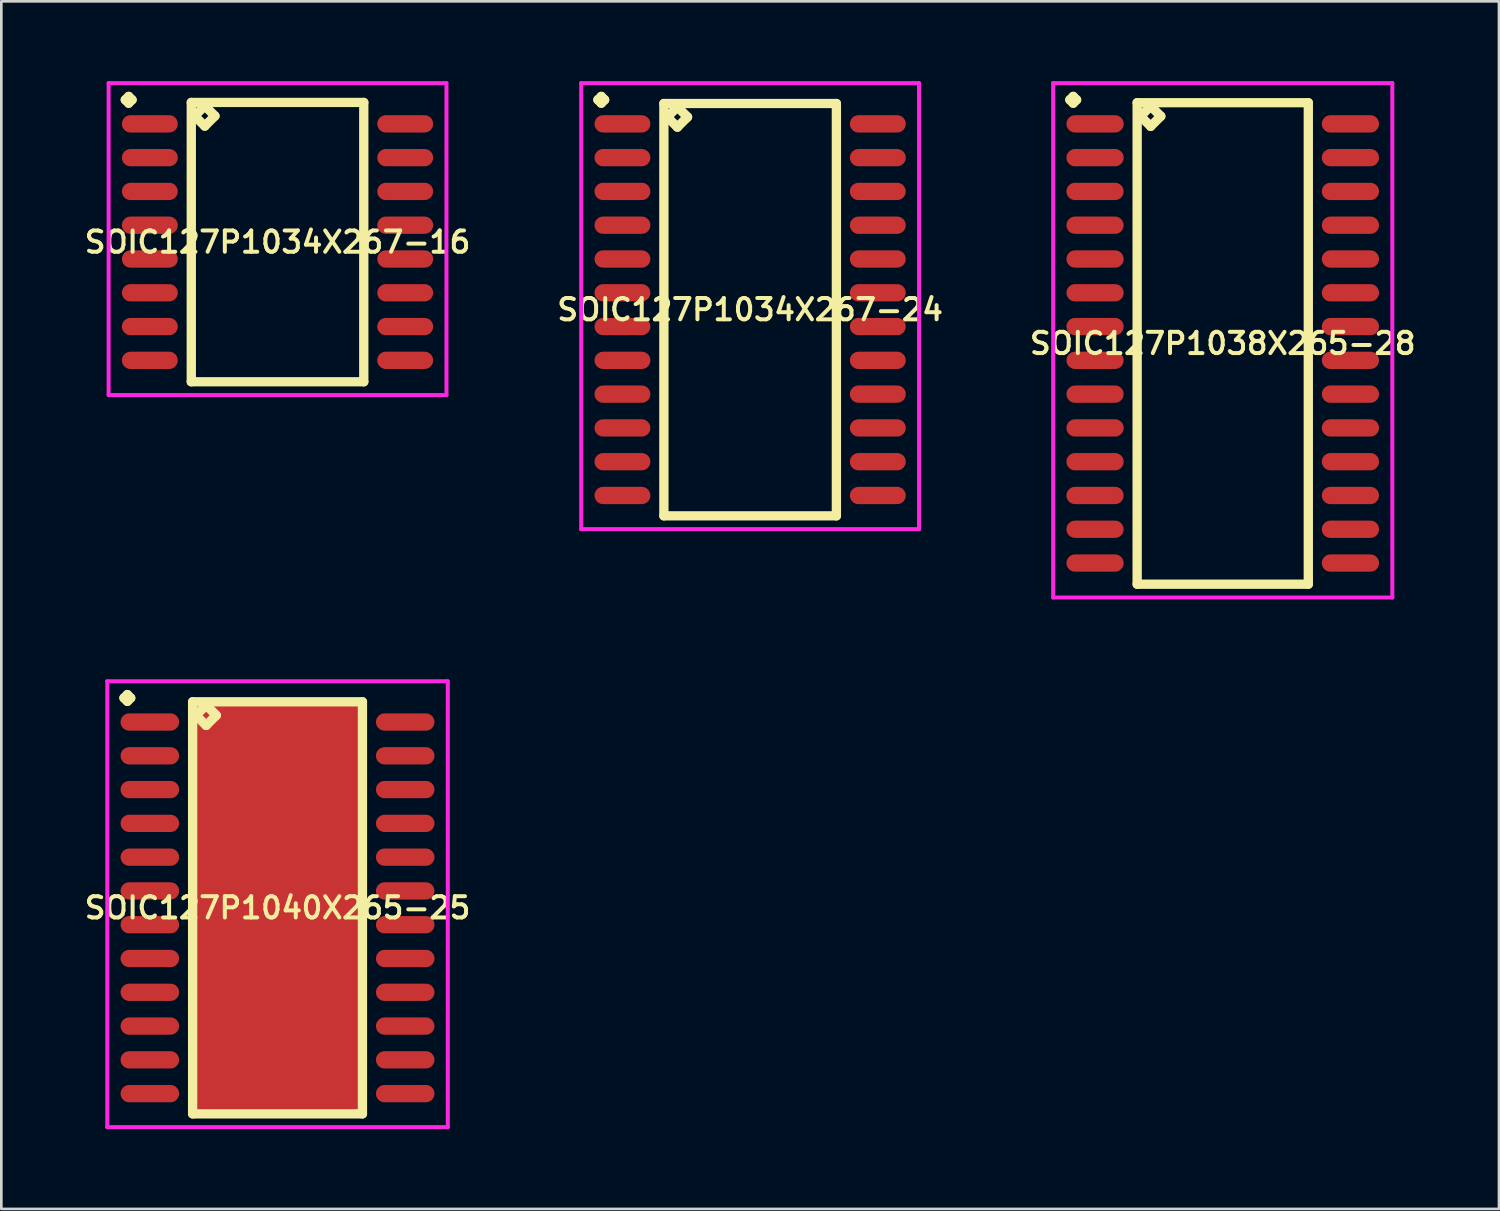
<source format=kicad_pcb>
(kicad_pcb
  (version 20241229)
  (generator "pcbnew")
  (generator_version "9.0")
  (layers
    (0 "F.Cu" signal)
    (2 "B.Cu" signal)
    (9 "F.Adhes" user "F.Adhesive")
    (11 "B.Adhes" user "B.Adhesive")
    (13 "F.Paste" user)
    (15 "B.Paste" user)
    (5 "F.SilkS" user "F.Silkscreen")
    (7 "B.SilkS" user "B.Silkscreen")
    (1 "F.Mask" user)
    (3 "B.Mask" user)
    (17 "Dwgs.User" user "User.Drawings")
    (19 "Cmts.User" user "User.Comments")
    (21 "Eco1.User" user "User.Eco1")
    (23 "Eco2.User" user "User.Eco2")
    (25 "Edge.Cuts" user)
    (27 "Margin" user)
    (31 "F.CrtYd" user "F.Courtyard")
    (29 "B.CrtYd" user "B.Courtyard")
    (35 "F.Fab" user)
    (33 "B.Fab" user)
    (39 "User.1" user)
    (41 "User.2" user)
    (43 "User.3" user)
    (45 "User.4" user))
  (footprint "SOIC127P1034X267-16"
    (layer "F.Cu")
    (at 7.383 6.051)
    (property "Reference" "SOIC127P1034X267-16" (at 0 0 0) (layer "F.SilkS") (effects (font (size 0.8 0.8) (thickness 0.15))))
    (attr smd)
    (fp_line (start -5.723 -5.349) (end -5.596 -5.476) (stroke (width 0.35) (type solid)) (layer "F.SilkS"))
    (fp_line (start -5.596 -5.476) (end -5.469 -5.349) (stroke (width 0.35) (type solid)) (layer "F.SilkS"))
    (fp_line (start -5.596 -5.222) (end -5.723 -5.349) (stroke (width 0.35) (type solid)) (layer "F.SilkS"))
    (fp_line (start -5.469 -5.349) (end -5.596 -5.222) (stroke (width 0.35) (type solid)) (layer "F.SilkS"))
    (fp_line (start -3.242 -5.25) (end -3.242 5.25) (stroke (width 0.35) (type solid)) (layer "F.SilkS"))
    (fp_line (start -3.242 5.25) (end 3.242 5.25) (stroke (width 0.35) (type solid)) (layer "F.SilkS"))
    (fp_line (start -3.115 -4.742) (end -2.734 -5.123) (stroke (width 0.35) (type solid)) (layer "F.SilkS"))
    (fp_line (start -2.734 -5.123) (end -2.353 -4.742) (stroke (width 0.35) (type solid)) (layer "F.SilkS"))
    (fp_line (start -2.734 -4.361) (end -3.115 -4.742) (stroke (width 0.35) (type solid)) (layer "F.SilkS"))
    (fp_line (start -2.353 -4.742) (end -2.734 -4.361) (stroke (width 0.35) (type solid)) (layer "F.SilkS"))
    (fp_line (start 3.242 -5.25) (end -3.242 -5.25) (stroke (width 0.35) (type solid)) (layer "F.SilkS"))
    (fp_line (start 3.242 5.25) (end 3.242 -5.25) (stroke (width 0.35) (type solid)) (layer "F.SilkS"))
    (fp_line (start -6.35 -5.976) (end 6.35 -5.976) (stroke (width 0.15) (type solid)) (layer "F.CrtYd"))
    (fp_line (start -6.35 5.75) (end -6.35 -5.976) (stroke (width 0.15) (type solid)) (layer "F.CrtYd"))
    (fp_line (start 6.35 -5.976) (end 6.35 5.75) (stroke (width 0.15) (type solid)) (layer "F.CrtYd"))
    (fp_line (start 6.35 5.75) (end -6.35 5.75) (stroke (width 0.15) (type solid)) (layer "F.CrtYd"))
    (pad "1" smd oval (at -4.8 -4.445) (size 2.1 0.65) (layers "F.Cu" "F.Mask" "F.Paste"))
    (pad "2" smd oval (at -4.8 -3.175) (size 2.1 0.65) (layers "F.Cu" "F.Mask" "F.Paste"))
    (pad "3" smd oval (at -4.8 -1.905) (size 2.1 0.65) (layers "F.Cu" "F.Mask" "F.Paste"))
    (pad "4" smd oval (at -4.8 -0.635) (size 2.1 0.65) (layers "F.Cu" "F.Mask" "F.Paste"))
    (pad "5" smd oval (at -4.8 0.635) (size 2.1 0.65) (layers "F.Cu" "F.Mask" "F.Paste"))
    (pad "6" smd oval (at -4.8 1.905) (size 2.1 0.65) (layers "F.Cu" "F.Mask" "F.Paste"))
    (pad "7" smd oval (at -4.8 3.175) (size 2.1 0.65) (layers "F.Cu" "F.Mask" "F.Paste"))
    (pad "8" smd oval (at -4.8 4.445) (size 2.1 0.65) (layers "F.Cu" "F.Mask" "F.Paste"))
    (pad "9" smd oval (at 4.8 4.445) (size 2.1 0.65) (layers "F.Cu" "F.Mask" "F.Paste"))
    (pad "10" smd oval (at 4.8 3.175) (size 2.1 0.65) (layers "F.Cu" "F.Mask" "F.Paste"))
    (pad "11" smd oval (at 4.8 1.905) (size 2.1 0.65) (layers "F.Cu" "F.Mask" "F.Paste"))
    (pad "12" smd oval (at 4.8 0.635) (size 2.1 0.65) (layers "F.Cu" "F.Mask" "F.Paste"))
    (pad "13" smd oval (at 4.8 -0.635) (size 2.1 0.65) (layers "F.Cu" "F.Mask" "F.Paste"))
    (pad "14" smd oval (at 4.8 -1.905) (size 2.1 0.65) (layers "F.Cu" "F.Mask" "F.Paste"))
    (pad "15" smd oval (at 4.8 -3.175) (size 2.1 0.65) (layers "F.Cu" "F.Mask" "F.Paste"))
    (pad "16" smd oval (at 4.8 -4.445) (size 2.1 0.65) (layers "F.Cu" "F.Mask" "F.Paste")))
  (footprint "SOIC127P1040X265-25"
    (layer "F.Cu")
    (at 7.383 31.077)
    (property "Reference" "SOIC127P1040X265-25" (at 0 0 0) (layer "F.SilkS") (effects (font (size 0.8 0.8) (thickness 0.15))))
    (attr through_hole)
    (fp_line (start -5.773 -7.889) (end -5.646 -8.016) (stroke (width 0.35) (type solid)) (layer "F.SilkS"))
    (fp_line (start -5.646 -8.016) (end -5.519 -7.889) (stroke (width 0.35) (type solid)) (layer "F.SilkS"))
    (fp_line (start -5.646 -7.762) (end -5.773 -7.889) (stroke (width 0.35) (type solid)) (layer "F.SilkS"))
    (fp_line (start -5.519 -7.889) (end -5.646 -7.762) (stroke (width 0.35) (type solid)) (layer "F.SilkS"))
    (fp_line (start -3.192 -7.745) (end -3.192 7.745) (stroke (width 0.35) (type solid)) (layer "F.SilkS"))
    (fp_line (start -3.192 7.745) (end 3.192 7.745) (stroke (width 0.35) (type solid)) (layer "F.SilkS"))
    (fp_line (start -3.065 -7.237) (end -2.684 -7.618) (stroke (width 0.35) (type solid)) (layer "F.SilkS"))
    (fp_line (start -2.684 -7.618) (end -2.303 -7.237) (stroke (width 0.35) (type solid)) (layer "F.SilkS"))
    (fp_line (start -2.684 -6.856) (end -3.065 -7.237) (stroke (width 0.35) (type solid)) (layer "F.SilkS"))
    (fp_line (start -2.303 -7.237) (end -2.684 -6.856) (stroke (width 0.35) (type solid)) (layer "F.SilkS"))
    (fp_line (start 3.192 -7.745) (end -3.192 -7.745) (stroke (width 0.35) (type solid)) (layer "F.SilkS"))
    (fp_line (start 3.192 7.745) (end 3.192 -7.745) (stroke (width 0.35) (type solid)) (layer "F.SilkS"))
    (fp_line (start -6.4 -8.516) (end 6.4 -8.516) (stroke (width 0.15) (type solid)) (layer "F.CrtYd"))
    (fp_line (start -6.4 8.245) (end -6.4 -8.516) (stroke (width 0.15) (type solid)) (layer "F.CrtYd"))
    (fp_line (start 6.4 -8.516) (end 6.4 8.245) (stroke (width 0.15) (type solid)) (layer "F.CrtYd"))
    (fp_line (start 6.4 8.245) (end -6.4 8.245) (stroke (width 0.15) (type solid)) (layer "F.CrtYd"))
    (pad "1" smd oval (at -4.8 -6.985) (size 2.2 0.65) (layers "F.Cu" "F.Mask" "F.Paste"))
    (pad "2" smd oval (at -4.8 -5.715) (size 2.2 0.65) (layers "F.Cu" "F.Mask" "F.Paste"))
    (pad "3" smd oval (at -4.8 -4.445) (size 2.2 0.65) (layers "F.Cu" "F.Mask" "F.Paste"))
    (pad "4" smd oval (at -4.8 -3.175) (size 2.2 0.65) (layers "F.Cu" "F.Mask" "F.Paste"))
    (pad "5" smd oval (at -4.8 -1.905) (size 2.2 0.65) (layers "F.Cu" "F.Mask" "F.Paste"))
    (pad "6" smd oval (at -4.8 -0.635) (size 2.2 0.65) (layers "F.Cu" "F.Mask" "F.Paste"))
    (pad "7" smd oval (at -4.8 0.635) (size 2.2 0.65) (layers "F.Cu" "F.Mask" "F.Paste"))
    (pad "8" smd oval (at -4.8 1.905) (size 2.2 0.65) (layers "F.Cu" "F.Mask" "F.Paste"))
    (pad "9" smd oval (at -4.8 3.175) (size 2.2 0.65) (layers "F.Cu" "F.Mask" "F.Paste"))
    (pad "10" smd oval (at -4.8 4.445) (size 2.2 0.65) (layers "F.Cu" "F.Mask" "F.Paste"))
    (pad "11" smd oval (at -4.8 5.715) (size 2.2 0.65) (layers "F.Cu" "F.Mask" "F.Paste"))
    (pad "12" smd oval (at -4.8 6.985) (size 2.2 0.65) (layers "F.Cu" "F.Mask" "F.Paste"))
    (pad "13" smd oval (at 4.8 6.985) (size 2.2 0.65) (layers "F.Cu" "F.Mask" "F.Paste"))
    (pad "14" smd oval (at 4.8 5.715) (size 2.2 0.65) (layers "F.Cu" "F.Mask" "F.Paste"))
    (pad "15" smd oval (at 4.8 4.445) (size 2.2 0.65) (layers "F.Cu" "F.Mask" "F.Paste"))
    (pad "16" smd oval (at 4.8 3.175) (size 2.2 0.65) (layers "F.Cu" "F.Mask" "F.Paste"))
    (pad "17" smd oval (at 4.8 1.905) (size 2.2 0.65) (layers "F.Cu" "F.Mask" "F.Paste"))
    (pad "18" smd oval (at 4.8 0.635) (size 2.2 0.65) (layers "F.Cu" "F.Mask" "F.Paste"))
    (pad "19" smd oval (at 4.8 -0.635) (size 2.2 0.65) (layers "F.Cu" "F.Mask" "F.Paste"))
    (pad "20" smd oval (at 4.8 -1.905) (size 2.2 0.65) (layers "F.Cu" "F.Mask" "F.Paste"))
    (pad "21" smd oval (at 4.8 -3.175) (size 2.2 0.65) (layers "F.Cu" "F.Mask" "F.Paste"))
    (pad "22" smd oval (at 4.8 -4.445) (size 2.2 0.65) (layers "F.Cu" "F.Mask" "F.Paste"))
    (pad "23" smd oval (at 4.8 -5.715) (size 2.2 0.65) (layers "F.Cu" "F.Mask" "F.Paste"))
    (pad "24" smd oval (at 4.8 -6.985) (size 2.2 0.65) (layers "F.Cu" "F.Mask" "F.Paste"))
    (pad "25" smd rect (at 0 0) (size 6.2 15.45) (layers "F.Cu" "F.Mask" "F.Paste")))
  (footprint "SOIC127P1038X265-28"
    (layer "F.Cu")
    (at 42.915 9.861)
    (property "Reference" "SOIC127P1038X265-28" (at 0 0 0) (layer "F.SilkS") (effects (font (size 0.8 0.8) (thickness 0.15))))
    (attr smd)
    (fp_line (start -5.748 -9.159) (end -5.621 -9.286) (stroke (width 0.35) (type solid)) (layer "F.SilkS"))
    (fp_line (start -5.621 -9.286) (end -5.494 -9.159) (stroke (width 0.35) (type solid)) (layer "F.SilkS"))
    (fp_line (start -5.621 -9.032) (end -5.748 -9.159) (stroke (width 0.35) (type solid)) (layer "F.SilkS"))
    (fp_line (start -5.494 -9.159) (end -5.621 -9.032) (stroke (width 0.35) (type solid)) (layer "F.SilkS"))
    (fp_line (start -3.217 -9.05) (end -3.217 9.05) (stroke (width 0.35) (type solid)) (layer "F.SilkS"))
    (fp_line (start -3.217 9.05) (end 3.217 9.05) (stroke (width 0.35) (type solid)) (layer "F.SilkS"))
    (fp_line (start -3.09 -8.542) (end -2.709 -8.923) (stroke (width 0.35) (type solid)) (layer "F.SilkS"))
    (fp_line (start -2.709 -8.923) (end -2.328 -8.542) (stroke (width 0.35) (type solid)) (layer "F.SilkS"))
    (fp_line (start -2.709 -8.161) (end -3.09 -8.542) (stroke (width 0.35) (type solid)) (layer "F.SilkS"))
    (fp_line (start -2.328 -8.542) (end -2.709 -8.161) (stroke (width 0.35) (type solid)) (layer "F.SilkS"))
    (fp_line (start 3.217 -9.05) (end -3.217 -9.05) (stroke (width 0.35) (type solid)) (layer "F.SilkS"))
    (fp_line (start 3.217 9.05) (end 3.217 -9.05) (stroke (width 0.35) (type solid)) (layer "F.SilkS"))
    (fp_line (start -6.375 -9.786) (end 6.375 -9.786) (stroke (width 0.15) (type solid)) (layer "F.CrtYd"))
    (fp_line (start -6.375 9.55) (end -6.375 -9.786) (stroke (width 0.15) (type solid)) (layer "F.CrtYd"))
    (fp_line (start 6.375 -9.786) (end 6.375 9.55) (stroke (width 0.15) (type solid)) (layer "F.CrtYd"))
    (fp_line (start 6.375 9.55) (end -6.375 9.55) (stroke (width 0.15) (type solid)) (layer "F.CrtYd"))
    (pad "1" smd oval (at -4.8 -8.255) (size 2.15 0.65) (layers "F.Cu" "F.Mask" "F.Paste"))
    (pad "2" smd oval (at -4.8 -6.985) (size 2.15 0.65) (layers "F.Cu" "F.Mask" "F.Paste"))
    (pad "3" smd oval (at -4.8 -5.715) (size 2.15 0.65) (layers "F.Cu" "F.Mask" "F.Paste"))
    (pad "4" smd oval (at -4.8 -4.445) (size 2.15 0.65) (layers "F.Cu" "F.Mask" "F.Paste"))
    (pad "5" smd oval (at -4.8 -3.175) (size 2.15 0.65) (layers "F.Cu" "F.Mask" "F.Paste"))
    (pad "6" smd oval (at -4.8 -1.905) (size 2.15 0.65) (layers "F.Cu" "F.Mask" "F.Paste"))
    (pad "7" smd oval (at -4.8 -0.635) (size 2.15 0.65) (layers "F.Cu" "F.Mask" "F.Paste"))
    (pad "8" smd oval (at -4.8 0.635) (size 2.15 0.65) (layers "F.Cu" "F.Mask" "F.Paste"))
    (pad "9" smd oval (at -4.8 1.905) (size 2.15 0.65) (layers "F.Cu" "F.Mask" "F.Paste"))
    (pad "10" smd oval (at -4.8 3.175) (size 2.15 0.65) (layers "F.Cu" "F.Mask" "F.Paste"))
    (pad "11" smd oval (at -4.8 4.445) (size 2.15 0.65) (layers "F.Cu" "F.Mask" "F.Paste"))
    (pad "12" smd oval (at -4.8 5.715) (size 2.15 0.65) (layers "F.Cu" "F.Mask" "F.Paste"))
    (pad "13" smd oval (at -4.8 6.985) (size 2.15 0.65) (layers "F.Cu" "F.Mask" "F.Paste"))
    (pad "14" smd oval (at -4.8 8.255) (size 2.15 0.65) (layers "F.Cu" "F.Mask" "F.Paste"))
    (pad "15" smd oval (at 4.8 8.255) (size 2.15 0.65) (layers "F.Cu" "F.Mask" "F.Paste"))
    (pad "16" smd oval (at 4.8 6.985) (size 2.15 0.65) (layers "F.Cu" "F.Mask" "F.Paste"))
    (pad "17" smd oval (at 4.8 5.715) (size 2.15 0.65) (layers "F.Cu" "F.Mask" "F.Paste"))
    (pad "18" smd oval (at 4.8 4.445) (size 2.15 0.65) (layers "F.Cu" "F.Mask" "F.Paste"))
    (pad "19" smd oval (at 4.8 3.175) (size 2.15 0.65) (layers "F.Cu" "F.Mask" "F.Paste"))
    (pad "20" smd oval (at 4.8 1.905) (size 2.15 0.65) (layers "F.Cu" "F.Mask" "F.Paste"))
    (pad "21" smd oval (at 4.8 0.635) (size 2.15 0.65) (layers "F.Cu" "F.Mask" "F.Paste"))
    (pad "22" smd oval (at 4.8 -0.635) (size 2.15 0.65) (layers "F.Cu" "F.Mask" "F.Paste"))
    (pad "23" smd oval (at 4.8 -1.905) (size 2.15 0.65) (layers "F.Cu" "F.Mask" "F.Paste"))
    (pad "24" smd oval (at 4.8 -3.175) (size 2.15 0.65) (layers "F.Cu" "F.Mask" "F.Paste"))
    (pad "25" smd oval (at 4.8 -4.445) (size 2.15 0.65) (layers "F.Cu" "F.Mask" "F.Paste"))
    (pad "26" smd oval (at 4.8 -5.715) (size 2.15 0.65) (layers "F.Cu" "F.Mask" "F.Paste"))
    (pad "27" smd oval (at 4.8 -6.985) (size 2.15 0.65) (layers "F.Cu" "F.Mask" "F.Paste"))
    (pad "28" smd oval (at 4.8 -8.255) (size 2.15 0.65) (layers "F.Cu" "F.Mask" "F.Paste")))
  (footprint "SOIC127P1034X267-24"
    (layer "F.Cu")
    (at 25.149 8.591)
    (property "Reference" "SOIC127P1034X267-24" (at 0 0 0) (layer "F.SilkS") (effects (font (size 0.8 0.8) (thickness 0.15))))
    (attr through_hole)
    (fp_line (start -5.723 -7.889) (end -5.596 -8.016) (stroke (width 0.35) (type solid)) (layer "F.SilkS"))
    (fp_line (start -5.596 -8.016) (end -5.469 -7.889) (stroke (width 0.35) (type solid)) (layer "F.SilkS"))
    (fp_line (start -5.596 -7.762) (end -5.723 -7.889) (stroke (width 0.35) (type solid)) (layer "F.SilkS"))
    (fp_line (start -5.469 -7.889) (end -5.596 -7.762) (stroke (width 0.35) (type solid)) (layer "F.SilkS"))
    (fp_line (start -3.242 -7.75) (end -3.242 7.75) (stroke (width 0.35) (type solid)) (layer "F.SilkS"))
    (fp_line (start -3.242 7.75) (end 3.242 7.75) (stroke (width 0.35) (type solid)) (layer "F.SilkS"))
    (fp_line (start -3.115 -7.242) (end -2.734 -7.623) (stroke (width 0.35) (type solid)) (layer "F.SilkS"))
    (fp_line (start -2.734 -7.623) (end -2.353 -7.242) (stroke (width 0.35) (type solid)) (layer "F.SilkS"))
    (fp_line (start -2.734 -6.861) (end -3.115 -7.242) (stroke (width 0.35) (type solid)) (layer "F.SilkS"))
    (fp_line (start -2.353 -7.242) (end -2.734 -6.861) (stroke (width 0.35) (type solid)) (layer "F.SilkS"))
    (fp_line (start 3.242 -7.75) (end -3.242 -7.75) (stroke (width 0.35) (type solid)) (layer "F.SilkS"))
    (fp_line (start 3.242 7.75) (end 3.242 -7.75) (stroke (width 0.35) (type solid)) (layer "F.SilkS"))
    (fp_line (start -6.35 -8.516) (end 6.35 -8.516) (stroke (width 0.15) (type solid)) (layer "F.CrtYd"))
    (fp_line (start -6.35 8.25) (end -6.35 -8.516) (stroke (width 0.15) (type solid)) (layer "F.CrtYd"))
    (fp_line (start 6.35 -8.516) (end 6.35 8.25) (stroke (width 0.15) (type solid)) (layer "F.CrtYd"))
    (fp_line (start 6.35 8.25) (end -6.35 8.25) (stroke (width 0.15) (type solid)) (layer "F.CrtYd"))
    (pad "1" smd oval (at -4.8 -6.985) (size 2.1 0.65) (layers "F.Cu" "F.Mask" "F.Paste"))
    (pad "2" smd oval (at -4.8 -5.715) (size 2.1 0.65) (layers "F.Cu" "F.Mask" "F.Paste"))
    (pad "3" smd oval (at -4.8 -4.445) (size 2.1 0.65) (layers "F.Cu" "F.Mask" "F.Paste"))
    (pad "4" smd oval (at -4.8 -3.175) (size 2.1 0.65) (layers "F.Cu" "F.Mask" "F.Paste"))
    (pad "5" smd oval (at -4.8 -1.905) (size 2.1 0.65) (layers "F.Cu" "F.Mask" "F.Paste"))
    (pad "6" smd oval (at -4.8 -0.635) (size 2.1 0.65) (layers "F.Cu" "F.Mask" "F.Paste"))
    (pad "7" smd oval (at -4.8 0.635) (size 2.1 0.65) (layers "F.Cu" "F.Mask" "F.Paste"))
    (pad "8" smd oval (at -4.8 1.905) (size 2.1 0.65) (layers "F.Cu" "F.Mask" "F.Paste"))
    (pad "9" smd oval (at -4.8 3.175) (size 2.1 0.65) (layers "F.Cu" "F.Mask" "F.Paste"))
    (pad "10" smd oval (at -4.8 4.445) (size 2.1 0.65) (layers "F.Cu" "F.Mask" "F.Paste"))
    (pad "11" smd oval (at -4.8 5.715) (size 2.1 0.65) (layers "F.Cu" "F.Mask" "F.Paste"))
    (pad "12" smd oval (at -4.8 6.985) (size 2.1 0.65) (layers "F.Cu" "F.Mask" "F.Paste"))
    (pad "13" smd oval (at 4.8 6.985) (size 2.1 0.65) (layers "F.Cu" "F.Mask" "F.Paste"))
    (pad "14" smd oval (at 4.8 5.715) (size 2.1 0.65) (layers "F.Cu" "F.Mask" "F.Paste"))
    (pad "15" smd oval (at 4.8 4.445) (size 2.1 0.65) (layers "F.Cu" "F.Mask" "F.Paste"))
    (pad "16" smd oval (at 4.8 3.175) (size 2.1 0.65) (layers "F.Cu" "F.Mask" "F.Paste"))
    (pad "17" smd oval (at 4.8 1.905) (size 2.1 0.65) (layers "F.Cu" "F.Mask" "F.Paste"))
    (pad "18" smd oval (at 4.8 0.635) (size 2.1 0.65) (layers "F.Cu" "F.Mask" "F.Paste"))
    (pad "19" smd oval (at 4.8 -0.635) (size 2.1 0.65) (layers "F.Cu" "F.Mask" "F.Paste"))
    (pad "20" smd oval (at 4.8 -1.905) (size 2.1 0.65) (layers "F.Cu" "F.Mask" "F.Paste"))
    (pad "21" smd oval (at 4.8 -3.175) (size 2.1 0.65) (layers "F.Cu" "F.Mask" "F.Paste"))
    (pad "22" smd oval (at 4.8 -4.445) (size 2.1 0.65) (layers "F.Cu" "F.Mask" "F.Paste"))
    (pad "23" smd oval (at 4.8 -5.715) (size 2.1 0.65) (layers "F.Cu" "F.Mask" "F.Paste"))
    (pad "24" smd oval (at 4.8 -6.985) (size 2.1 0.65) (layers "F.Cu" "F.Mask" "F.Paste")))
  (gr_rect
    (start -3 -3)
    (end 53.299 42.397)
    (stroke (width 0.1) (type default))
    (fill no)
    (layer "Edge.Cuts")))
</source>
